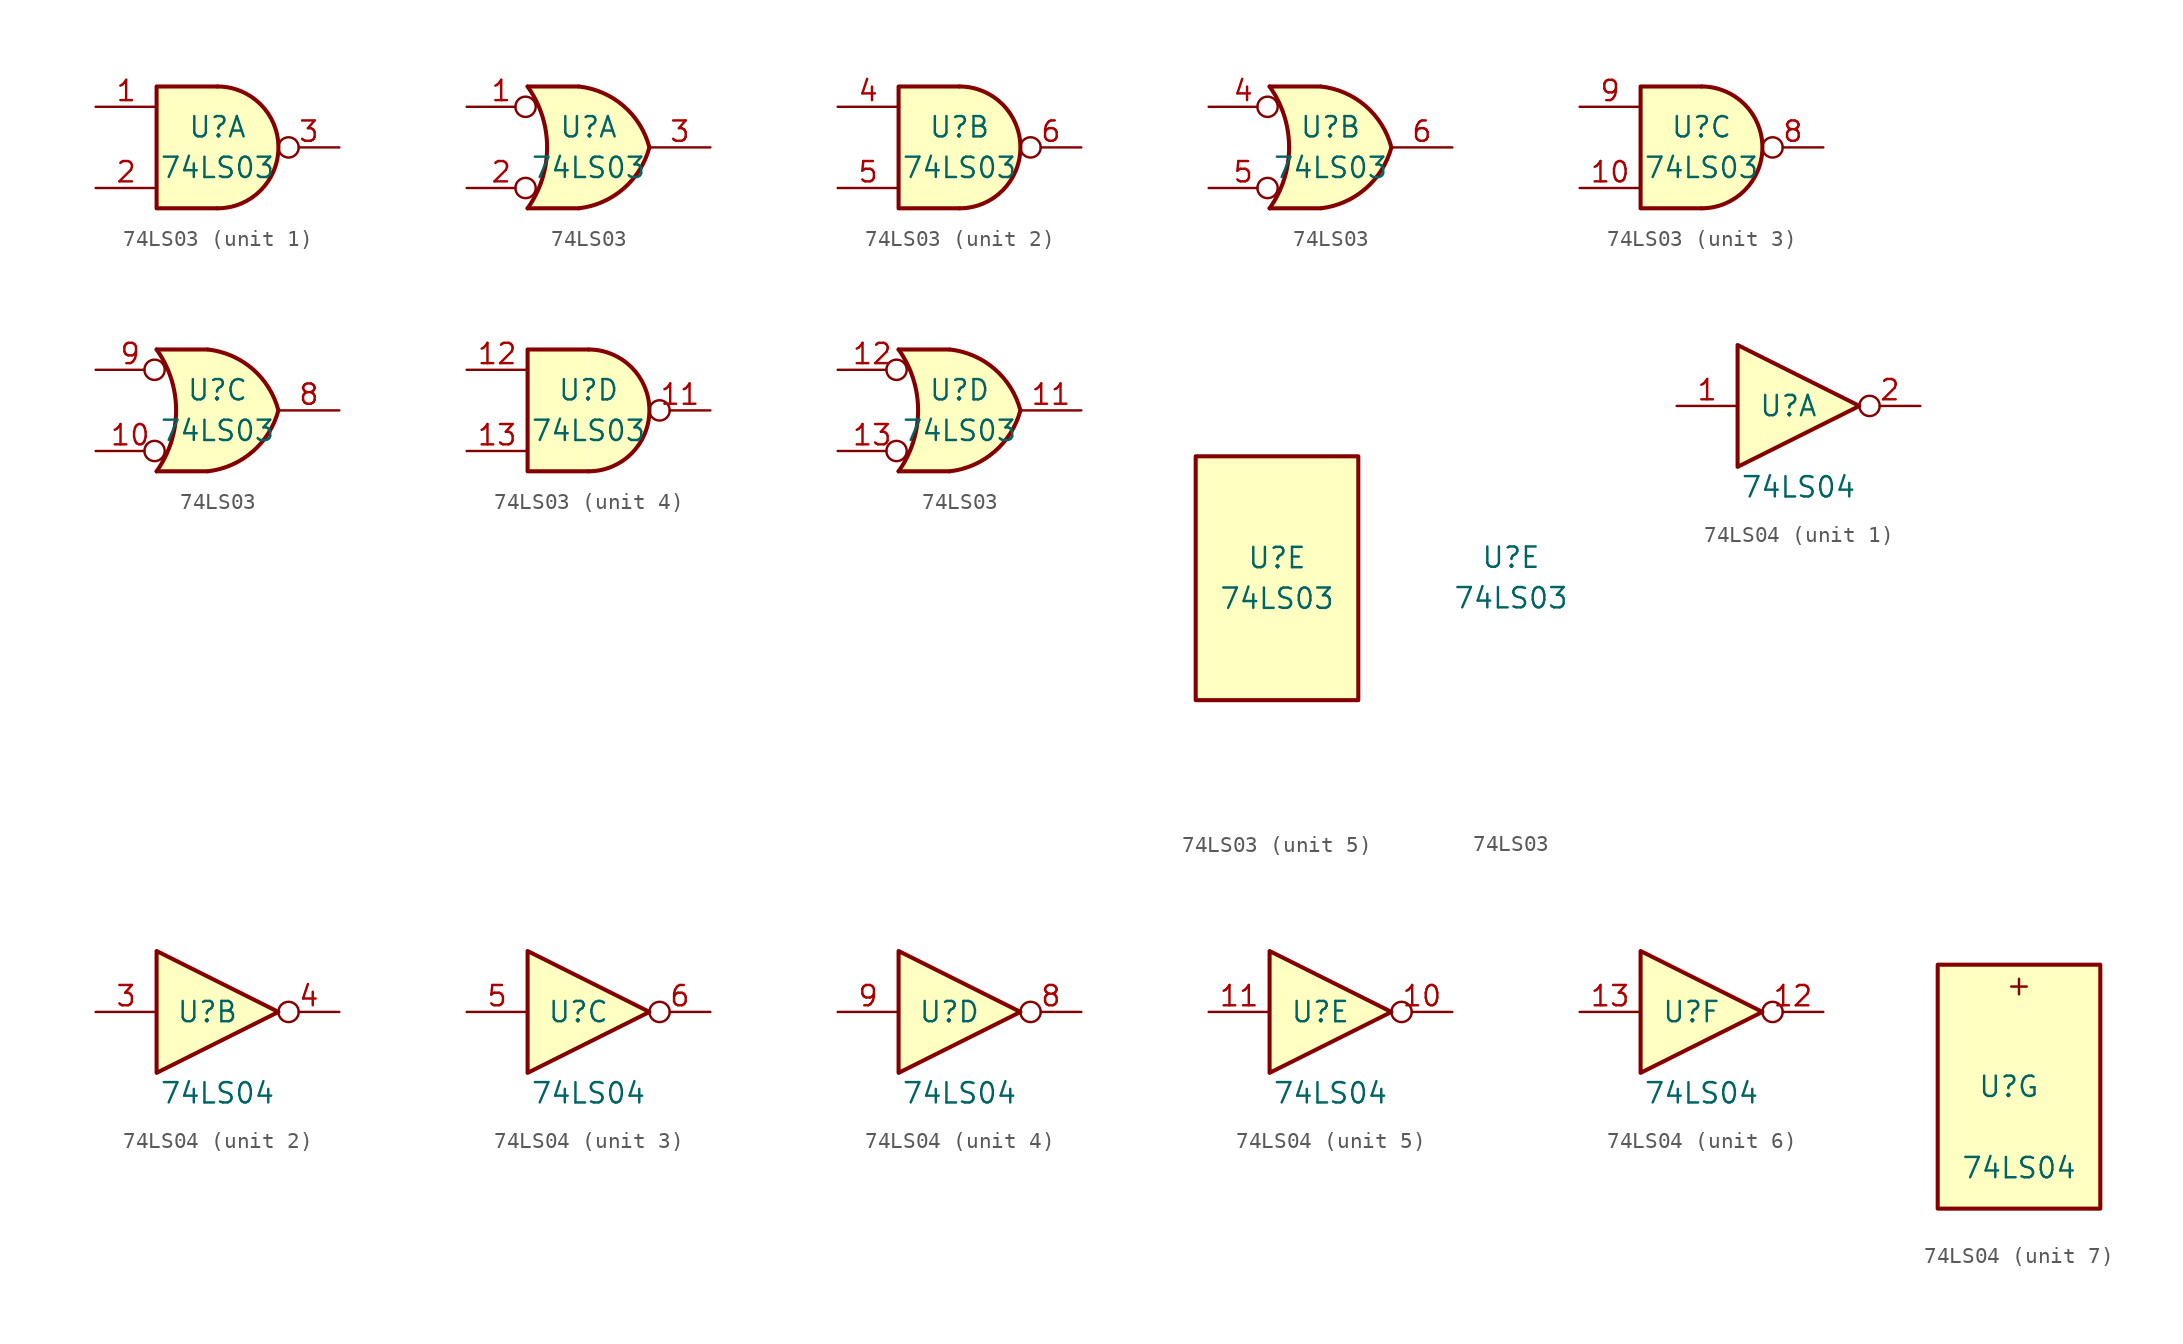
<source format=kicad_sym>
(kicad_symbol_lib
  (version 20231120)
  (generator "kicad_symbol_editor")
  (generator_version "8.0")
  (symbol "74LS03"
    (pin_names
      (offset 1.016))
    (property "Reference" "U"
      (at 0 1.27 0)
      (effects (font (size 1.27 1.27))))
    (property "Value" "74LS03"
      (at 0 -1.27 0)
      (effects (font (size 1.27 1.27))))
    (property "ki_locked" ""
      (at 0 0 0)
      (effects (font (size 1.27 1.27))))
    (symbol "74LS03_1_1"
      (arc (start 0 -3.81) (mid 3.7934 0) (end 0 3.81) (stroke (width 0.254) (type default)) (fill (type background)))
      (polyline (pts (xy 0 3.81) (xy -3.81 3.81) (xy -3.81 -3.81) (xy 0 -3.81)) (stroke (width 0.254) (type default)) (fill (type background)))
      (pin input line (at -7.62 2.54 0) (length 3.81) (name "~" (effects (font (size 1.27 1.27)))) (number "1" (effects (font (size 1.27 1.27)))))
      (pin input line (at -7.62 -2.54 0) (length 3.81) (name "~" (effects (font (size 1.27 1.27)))) (number "2" (effects (font (size 1.27 1.27)))))
      (pin open_collector inverted (at 7.62 0 180) (length 3.81) (name "~" (effects (font (size 1.27 1.27)))) (number "3" (effects (font (size 1.27 1.27))))))
    (symbol "74LS03_1_2"
      (arc (start -3.81 -3.81) (mid -2.589 0) (end -3.81 3.81) (stroke (width 0.254) (type default)) (fill (type none)))
      (arc (start -0.6096 -3.81) (mid 2.1842 -2.5851) (end 3.81 0) (stroke (width 0.254) (type default)) (fill (type background)))
      (polyline (pts (xy -3.81 -3.81) (xy -0.635 -3.81)) (stroke (width 0.254) (type default)) (fill (type background)))
      (polyline (pts (xy -3.81 3.81) (xy -0.635 3.81)) (stroke (width 0.254) (type default)) (fill (type background)))
      (polyline (pts (xy -0.635 3.81) (xy -3.81 3.81) (xy -3.81 3.81) (xy -3.556 3.404) (xy -3.023 2.261) (xy -2.692 1.041) (xy -2.616 -0.254) (xy -2.769 -1.499) (xy -3.175 -2.718) (xy -3.81 -3.81) (xy -3.81 -3.81) (xy -0.635 -3.81)) (stroke (width -25.4) (type default)) (fill (type background)))
      (arc (start 3.81 0) (mid 2.1915 2.5936) (end -0.6096 3.81) (stroke (width 0.254) (type default)) (fill (type background)))
      (pin input inverted (at -7.62 2.54 0) (length 4.318) (name "~" (effects (font (size 1.27 1.27)))) (number "1" (effects (font (size 1.27 1.27)))))
      (pin input inverted (at -7.62 -2.54 0) (length 4.318) (name "~" (effects (font (size 1.27 1.27)))) (number "2" (effects (font (size 1.27 1.27)))))
      (pin open_collector line (at 7.62 0 180) (length 3.81) (name "~" (effects (font (size 1.27 1.27)))) (number "3" (effects (font (size 1.27 1.27))))))
    (symbol "74LS03_2_1"
      (arc (start 0 -3.81) (mid 3.7934 0) (end 0 3.81) (stroke (width 0.254) (type default)) (fill (type background)))
      (polyline (pts (xy 0 3.81) (xy -3.81 3.81) (xy -3.81 -3.81) (xy 0 -3.81)) (stroke (width 0.254) (type default)) (fill (type background)))
      (pin input line (at -7.62 2.54 0) (length 3.81) (name "~" (effects (font (size 1.27 1.27)))) (number "4" (effects (font (size 1.27 1.27)))))
      (pin input line (at -7.62 -2.54 0) (length 3.81) (name "~" (effects (font (size 1.27 1.27)))) (number "5" (effects (font (size 1.27 1.27)))))
      (pin open_collector inverted (at 7.62 0 180) (length 3.81) (name "~" (effects (font (size 1.27 1.27)))) (number "6" (effects (font (size 1.27 1.27))))))
    (symbol "74LS03_2_2"
      (arc (start -3.81 -3.81) (mid -2.589 0) (end -3.81 3.81) (stroke (width 0.254) (type default)) (fill (type none)))
      (arc (start -0.6096 -3.81) (mid 2.1842 -2.5851) (end 3.81 0) (stroke (width 0.254) (type default)) (fill (type background)))
      (polyline (pts (xy -3.81 -3.81) (xy -0.635 -3.81)) (stroke (width 0.254) (type default)) (fill (type background)))
      (polyline (pts (xy -3.81 3.81) (xy -0.635 3.81)) (stroke (width 0.254) (type default)) (fill (type background)))
      (polyline (pts (xy -0.635 3.81) (xy -3.81 3.81) (xy -3.81 3.81) (xy -3.556 3.404) (xy -3.023 2.261) (xy -2.692 1.041) (xy -2.616 -0.254) (xy -2.769 -1.499) (xy -3.175 -2.718) (xy -3.81 -3.81) (xy -3.81 -3.81) (xy -0.635 -3.81)) (stroke (width -25.4) (type default)) (fill (type background)))
      (arc (start 3.81 0) (mid 2.1915 2.5936) (end -0.6096 3.81) (stroke (width 0.254) (type default)) (fill (type background)))
      (pin input inverted (at -7.62 2.54 0) (length 4.318) (name "~" (effects (font (size 1.27 1.27)))) (number "4" (effects (font (size 1.27 1.27)))))
      (pin input inverted (at -7.62 -2.54 0) (length 4.318) (name "~" (effects (font (size 1.27 1.27)))) (number "5" (effects (font (size 1.27 1.27)))))
      (pin open_collector line (at 7.62 0 180) (length 3.81) (name "~" (effects (font (size 1.27 1.27)))) (number "6" (effects (font (size 1.27 1.27))))))
    (symbol "74LS03_3_1"
      (arc (start 0 -3.81) (mid 3.7934 0) (end 0 3.81) (stroke (width 0.254) (type default)) (fill (type background)))
      (polyline (pts (xy 0 3.81) (xy -3.81 3.81) (xy -3.81 -3.81) (xy 0 -3.81)) (stroke (width 0.254) (type default)) (fill (type background)))
      (pin input line (at -7.62 -2.54 0) (length 3.81) (name "~" (effects (font (size 1.27 1.27)))) (number "10" (effects (font (size 1.27 1.27)))))
      (pin open_collector inverted (at 7.62 0 180) (length 3.81) (name "~" (effects (font (size 1.27 1.27)))) (number "8" (effects (font (size 1.27 1.27)))))
      (pin input line (at -7.62 2.54 0) (length 3.81) (name "~" (effects (font (size 1.27 1.27)))) (number "9" (effects (font (size 1.27 1.27))))))
    (symbol "74LS03_3_2"
      (arc (start -3.81 -3.81) (mid -2.589 0) (end -3.81 3.81) (stroke (width 0.254) (type default)) (fill (type none)))
      (arc (start -0.6096 -3.81) (mid 2.1842 -2.5851) (end 3.81 0) (stroke (width 0.254) (type default)) (fill (type background)))
      (polyline (pts (xy -3.81 -3.81) (xy -0.635 -3.81)) (stroke (width 0.254) (type default)) (fill (type background)))
      (polyline (pts (xy -3.81 3.81) (xy -0.635 3.81)) (stroke (width 0.254) (type default)) (fill (type background)))
      (polyline (pts (xy -0.635 3.81) (xy -3.81 3.81) (xy -3.81 3.81) (xy -3.556 3.404) (xy -3.023 2.261) (xy -2.692 1.041) (xy -2.616 -0.254) (xy -2.769 -1.499) (xy -3.175 -2.718) (xy -3.81 -3.81) (xy -3.81 -3.81) (xy -0.635 -3.81)) (stroke (width -25.4) (type default)) (fill (type background)))
      (arc (start 3.81 0) (mid 2.1915 2.5936) (end -0.6096 3.81) (stroke (width 0.254) (type default)) (fill (type background)))
      (pin input inverted (at -7.62 -2.54 0) (length 4.318) (name "~" (effects (font (size 1.27 1.27)))) (number "10" (effects (font (size 1.27 1.27)))))
      (pin open_collector line (at 7.62 0 180) (length 3.81) (name "~" (effects (font (size 1.27 1.27)))) (number "8" (effects (font (size 1.27 1.27)))))
      (pin input inverted (at -7.62 2.54 0) (length 4.318) (name "~" (effects (font (size 1.27 1.27)))) (number "9" (effects (font (size 1.27 1.27))))))
    (symbol "74LS03_4_1"
      (arc (start 0 -3.81) (mid 3.7934 0) (end 0 3.81) (stroke (width 0.254) (type default)) (fill (type background)))
      (polyline (pts (xy 0 3.81) (xy -3.81 3.81) (xy -3.81 -3.81) (xy 0 -3.81)) (stroke (width 0.254) (type default)) (fill (type background)))
      (pin open_collector inverted (at 7.62 0 180) (length 3.81) (name "~" (effects (font (size 1.27 1.27)))) (number "11" (effects (font (size 1.27 1.27)))))
      (pin input line (at -7.62 2.54 0) (length 3.81) (name "~" (effects (font (size 1.27 1.27)))) (number "12" (effects (font (size 1.27 1.27)))))
      (pin input line (at -7.62 -2.54 0) (length 3.81) (name "~" (effects (font (size 1.27 1.27)))) (number "13" (effects (font (size 1.27 1.27))))))
    (symbol "74LS03_4_2"
      (arc (start -3.81 -3.81) (mid -2.589 0) (end -3.81 3.81) (stroke (width 0.254) (type default)) (fill (type none)))
      (arc (start -0.6096 -3.81) (mid 2.1842 -2.5851) (end 3.81 0) (stroke (width 0.254) (type default)) (fill (type background)))
      (polyline (pts (xy -3.81 -3.81) (xy -0.635 -3.81)) (stroke (width 0.254) (type default)) (fill (type background)))
      (polyline (pts (xy -3.81 3.81) (xy -0.635 3.81)) (stroke (width 0.254) (type default)) (fill (type background)))
      (polyline (pts (xy -0.635 3.81) (xy -3.81 3.81) (xy -3.81 3.81) (xy -3.556 3.404) (xy -3.023 2.261) (xy -2.692 1.041) (xy -2.616 -0.254) (xy -2.769 -1.499) (xy -3.175 -2.718) (xy -3.81 -3.81) (xy -3.81 -3.81) (xy -0.635 -3.81)) (stroke (width -25.4) (type default)) (fill (type background)))
      (arc (start 3.81 0) (mid 2.1915 2.5936) (end -0.6096 3.81) (stroke (width 0.254) (type default)) (fill (type background)))
      (pin open_collector line (at 7.62 0 180) (length 3.81) (name "~" (effects (font (size 1.27 1.27)))) (number "11" (effects (font (size 1.27 1.27)))))
      (pin input inverted (at -7.62 2.54 0) (length 4.318) (name "~" (effects (font (size 1.27 1.27)))) (number "12" (effects (font (size 1.27 1.27)))))
      (pin input inverted (at -7.62 -2.54 0) (length 4.318) (name "~" (effects (font (size 1.27 1.27)))) (number "13" (effects (font (size 1.27 1.27))))))
    (symbol "74LS03_5_0"
      (pin input line (at 0 12.7 270) (length 5.08) hide (name "VCC" (effects (font (size 1.27 1.27)))) (number "14" (effects (font (size 1.27 1.27)))))
      (pin input line (at 0 -12.7 90) (length 5.08) hide (name "GND" (effects (font (size 1.27 1.27)))) (number "7" (effects (font (size 1.27 1.27))))))
    (symbol "74LS03_5_1"
      (rectangle (start -5.08 7.62) (end 5.08 -7.62) (stroke (width 0.254) (type default)) (fill (type background)))))
  (symbol "74LS04"
    (pin_names
      (offset 1.016))
    (property "Reference" "U"
      (at -0.635 0 0)
      (effects (font (size 1.27 1.27))))
    (property "Value" "74LS04"
      (at 0 -5.08 0)
      (effects (font (size 1.27 1.27))))
    (property "ki_locked" ""
      (at 0 0 0)
      (effects (font (size 1.27 1.27))))
    (symbol "74LS04_1_0"
      (polyline (pts (xy -3.81 3.81) (xy -3.81 -3.81) (xy 3.81 0) (xy -3.81 3.81)) (stroke (width 0.254) (type default)) (fill (type background)))
      (pin input line (at -7.62 0 0) (length 3.81) (name "~" (effects (font (size 1.27 1.27)))) (number "1" (effects (font (size 1.27 1.27)))))
      (pin output inverted (at 7.62 0 180) (length 3.81) (name "~" (effects (font (size 1.27 1.27)))) (number "2" (effects (font (size 1.27 1.27))))))
    (symbol "74LS04_2_0"
      (polyline (pts (xy -3.81 3.81) (xy -3.81 -3.81) (xy 3.81 0) (xy -3.81 3.81)) (stroke (width 0.254) (type default)) (fill (type background)))
      (pin input line (at -7.62 0 0) (length 3.81) (name "~" (effects (font (size 1.27 1.27)))) (number "3" (effects (font (size 1.27 1.27)))))
      (pin output inverted (at 7.62 0 180) (length 3.81) (name "~" (effects (font (size 1.27 1.27)))) (number "4" (effects (font (size 1.27 1.27))))))
    (symbol "74LS04_3_0"
      (polyline (pts (xy -3.81 3.81) (xy -3.81 -3.81) (xy 3.81 0) (xy -3.81 3.81)) (stroke (width 0.254) (type default)) (fill (type background)))
      (pin input line (at -7.62 0 0) (length 3.81) (name "~" (effects (font (size 1.27 1.27)))) (number "5" (effects (font (size 1.27 1.27)))))
      (pin output inverted (at 7.62 0 180) (length 3.81) (name "~" (effects (font (size 1.27 1.27)))) (number "6" (effects (font (size 1.27 1.27))))))
    (symbol "74LS04_4_0"
      (polyline (pts (xy -3.81 3.81) (xy -3.81 -3.81) (xy 3.81 0) (xy -3.81 3.81)) (stroke (width 0.254) (type default)) (fill (type background)))
      (pin output inverted (at 7.62 0 180) (length 3.81) (name "~" (effects (font (size 1.27 1.27)))) (number "8" (effects (font (size 1.27 1.27)))))
      (pin input line (at -7.62 0 0) (length 3.81) (name "~" (effects (font (size 1.27 1.27)))) (number "9" (effects (font (size 1.27 1.27))))))
    (symbol "74LS04_5_0"
      (polyline (pts (xy -3.81 3.81) (xy -3.81 -3.81) (xy 3.81 0) (xy -3.81 3.81)) (stroke (width 0.254) (type default)) (fill (type background)))
      (pin output inverted (at 7.62 0 180) (length 3.81) (name "~" (effects (font (size 1.27 1.27)))) (number "10" (effects (font (size 1.27 1.27)))))
      (pin input line (at -7.62 0 0) (length 3.81) (name "~" (effects (font (size 1.27 1.27)))) (number "11" (effects (font (size 1.27 1.27))))))
    (symbol "74LS04_6_0"
      (polyline (pts (xy -3.81 3.81) (xy -3.81 -3.81) (xy 3.81 0) (xy -3.81 3.81)) (stroke (width 0.254) (type default)) (fill (type background)))
      (pin output inverted (at 7.62 0 180) (length 3.81) (name "~" (effects (font (size 1.27 1.27)))) (number "12" (effects (font (size 1.27 1.27)))))
      (pin input line (at -7.62 0 0) (length 3.81) (name "~" (effects (font (size 1.27 1.27)))) (number "13" (effects (font (size 1.27 1.27))))))
    (symbol "74LS04_7_0"
      (pin power_in line (at 0 7.62 270) (length 5.08) hide (name "VCC" (effects (font (size 1.27 1.27)))) (number "14" (effects (font (size 1.27 1.27)))))
      (pin power_in line (at 0 -7.62 90) (length 5.08) hide (name "GND" (effects (font (size 1.27 1.27)))) (number "7" (effects (font (size 1.27 1.27))))))
    (symbol "74LS04_7_1"
      (rectangle (start -5.08 7.62) (end 5.08 -7.62) (stroke (width 0.254) (type default)) (fill (type background)))
      (text "+" (at 0 6.35 0) (effects (font (size 1.27 1.27)))))))
</source>
